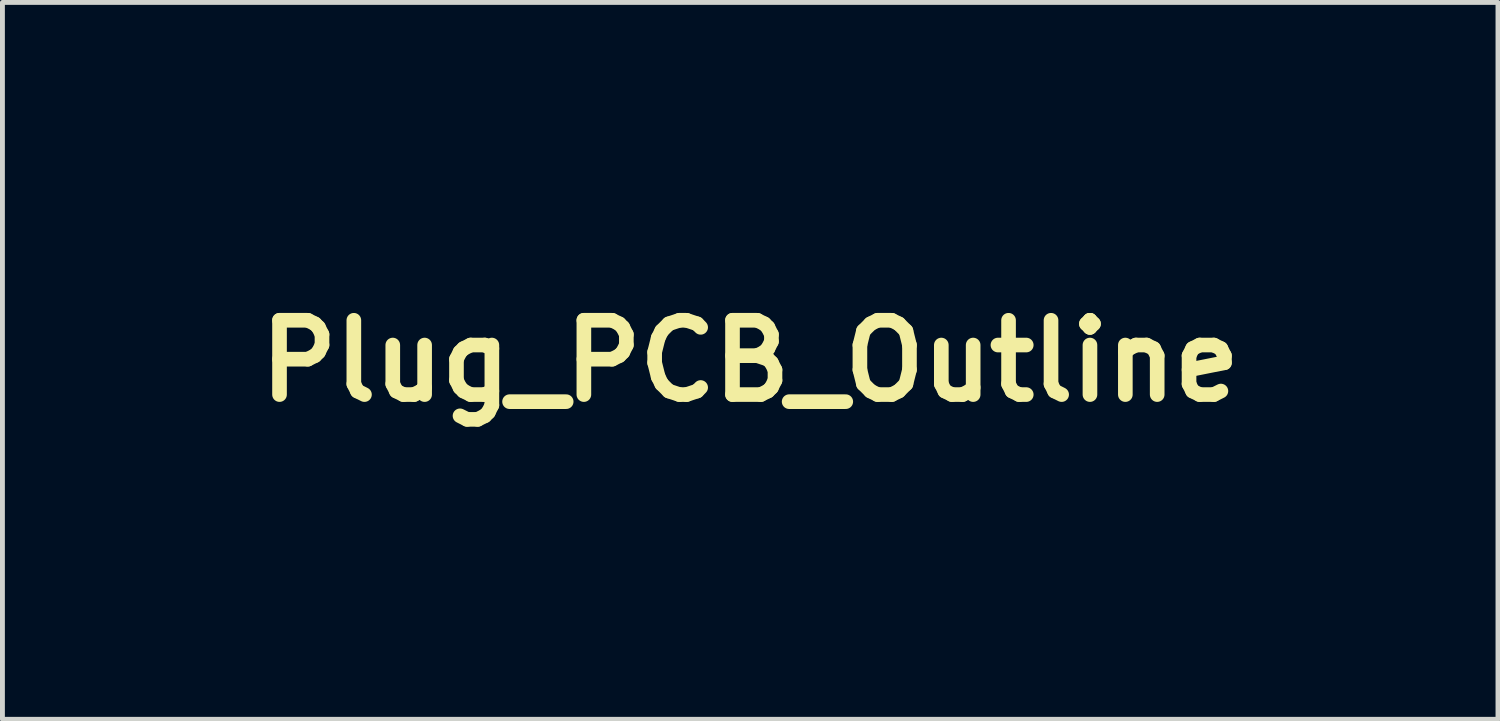
<source format=kicad_pcb>
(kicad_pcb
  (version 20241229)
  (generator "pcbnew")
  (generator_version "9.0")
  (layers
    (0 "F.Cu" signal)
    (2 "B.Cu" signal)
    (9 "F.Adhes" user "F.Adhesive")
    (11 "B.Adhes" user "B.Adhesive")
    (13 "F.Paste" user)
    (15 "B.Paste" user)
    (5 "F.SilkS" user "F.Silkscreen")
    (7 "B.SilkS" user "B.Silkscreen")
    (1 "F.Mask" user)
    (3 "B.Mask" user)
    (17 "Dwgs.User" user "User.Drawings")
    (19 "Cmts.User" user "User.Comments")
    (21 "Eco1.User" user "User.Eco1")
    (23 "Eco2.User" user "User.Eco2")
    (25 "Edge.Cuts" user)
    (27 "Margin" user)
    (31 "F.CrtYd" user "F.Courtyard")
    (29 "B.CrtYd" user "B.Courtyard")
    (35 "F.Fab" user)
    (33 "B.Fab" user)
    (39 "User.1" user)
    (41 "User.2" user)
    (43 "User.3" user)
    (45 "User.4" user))
  (footprint "Plug_PCB_Outline"
    (layer "F.Cu")
    (at 12.334 4.352)
    (property "Reference" "Plug_PCB_Outline" (at 0 0 0) (layer "F.SilkS") (effects (font (size 1.524 1.524) (thickness 0.3))))
    (attr through_hole)
    (fp_poly (pts (xy 9.528 -4.338) (xy 9.56 -4.327) (xy 9.612 -4.306) (xy 9.68 -4.275) (xy 9.758 -4.238) (xy 9.842 -4.197) (xy 9.929 -4.153) (xy 10.013 -4.109) (xy 10.091 -4.066) (xy 10.157 -4.029) (xy 10.168 -4.022) (xy 10.411 -3.863) (xy 10.642 -3.69) (xy 10.865 -3.498) (xy 11.058 -3.31) (xy 11.256 -3.098) (xy 11.431 -2.886) (xy 11.588 -2.669) (xy 11.73 -2.439) (xy 11.864 -2.192) (xy 11.902 -2.114) (xy 12.007 -1.885) (xy 12.093 -1.664) (xy 12.166 -1.442) (xy 12.227 -1.211) (xy 12.245 -1.132) (xy 12.266 -1.036) (xy 12.283 -0.952) (xy 12.297 -0.874) (xy 12.308 -0.8) (xy 12.316 -0.724) (xy 12.321 -0.642) (xy 12.325 -0.55) (xy 12.327 -0.444) (xy 12.329 -0.32) (xy 12.329 -0.172) (xy 12.329 -0.157) (xy 12.328 0.005) (xy 12.327 0.144) (xy 12.323 0.264) (xy 12.317 0.37) (xy 12.309 0.467) (xy 12.297 0.559) (xy 12.282 0.65) (xy 12.263 0.745) (xy 12.239 0.848) (xy 12.212 0.955) (xy 12.114 1.288) (xy 11.991 1.609) (xy 11.845 1.918) (xy 11.677 2.214) (xy 11.488 2.495) (xy 11.279 2.761) (xy 11.052 3.01) (xy 10.806 3.241) (xy 10.544 3.454) (xy 10.267 3.647) (xy 9.976 3.819) (xy 9.671 3.969) (xy 9.354 4.096) (xy 9.026 4.199) (xy 8.738 4.267) (xy 8.716 4.272) (xy 8.696 4.277) (xy 8.677 4.281) (xy 8.66 4.285) (xy 8.643 4.289) (xy 8.626 4.293) (xy 8.609 4.296) (xy 8.59 4.3) (xy 8.569 4.303) (xy 8.546 4.306) (xy 8.52 4.309) (xy 8.49 4.312) (xy 8.456 4.314) (xy 8.417 4.317) (xy 8.373 4.319) (xy 8.323 4.321) (xy 8.266 4.323) (xy 8.202 4.325) (xy 8.13 4.327) (xy 8.05 4.329) (xy 7.961 4.33) (xy 7.863 4.332) (xy 7.754 4.333) (xy 7.634 4.334) (xy 7.504 4.335) (xy 7.361 4.336) (xy 7.206 4.337) (xy 7.037 4.338) (xy 6.856 4.339) (xy 6.659 4.34) (xy 6.448 4.34) (xy 6.222 4.341) (xy 5.979 4.341) (xy 5.72 4.342) (xy 5.443 4.342) (xy 5.149 4.342) (xy 4.836 4.343) (xy 4.505 4.343) (xy 4.153 4.343) (xy 3.782 4.343) (xy 3.39 4.343) (xy 2.976 4.343) (xy 2.541 4.343) (xy 2.082 4.343) (xy 1.601 4.343) (xy 1.096 4.343) (xy 0.567 4.343) (xy 0.013 4.343) (xy -0.567 4.343) (xy -1.173 4.343) (xy -1.806 4.343) (xy -12.329 4.343) (xy -12.329 2.295) (xy 6.272 2.295) (xy 6.294 2.417) (xy 6.34 2.526) (xy 6.405 2.62) (xy 6.487 2.699) (xy 6.582 2.759) (xy 6.689 2.799) (xy 6.804 2.817) (xy 6.925 2.81) (xy 7.015 2.79) (xy 7.126 2.742) (xy 7.221 2.671) (xy 7.3 2.579) (xy 7.34 2.512) (xy 7.385 2.398) (xy 7.404 2.283) (xy 7.403 2.245) (xy 8.274 2.245) (xy 8.287 2.373) (xy 8.324 2.489) (xy 8.384 2.592) (xy 8.465 2.679) (xy 8.567 2.748) (xy 8.67 2.792) (xy 8.77 2.813) (xy 8.879 2.814) (xy 8.988 2.797) (xy 9.077 2.765) (xy 9.183 2.702) (xy 9.27 2.62) (xy 9.338 2.524) (xy 9.385 2.417) (xy 9.407 2.301) (xy 9.405 2.182) (xy 9.401 2.159) (xy 9.367 2.035) (xy 9.311 1.927) (xy 9.234 1.836) (xy 9.14 1.765) (xy 9.028 1.714) (xy 8.964 1.696) (xy 8.844 1.682) (xy 8.728 1.693) (xy 8.618 1.727) (xy 8.519 1.781) (xy 8.433 1.854) (xy 8.363 1.942) (xy 8.311 2.043) (xy 8.281 2.156) (xy 8.274 2.245) (xy 7.403 2.245) (xy 7.4 2.169) (xy 7.373 2.06) (xy 7.325 1.959) (xy 7.258 1.868) (xy 7.174 1.792) (xy 7.073 1.733) (xy 6.959 1.695) (xy 6.925 1.688) (xy 6.805 1.681) (xy 6.691 1.699) (xy 6.585 1.74) (xy 6.49 1.8) (xy 6.408 1.877) (xy 6.343 1.969) (xy 6.297 2.073) (xy 6.273 2.187) (xy 6.272 2.295) (xy -12.329 2.295) (xy -12.329 1.697) (xy -8.361 1.697) (xy -8.349 1.777) (xy -8.315 1.846) (xy -8.264 1.898) (xy -8.219 1.923) (xy -8.155 1.936) (xy -8.083 1.934) (xy -8.016 1.917) (xy -7.997 1.908) (xy -7.937 1.861) (xy -7.9 1.801) (xy -7.885 1.73) (xy -5.604 1.73) (xy -5.584 1.802) (xy -5.545 1.864) (xy -5.491 1.908) (xy -5.434 1.929) (xy -5.367 1.936) (xy -5.3 1.931) (xy -5.243 1.912) (xy -5.227 1.902) (xy -5.174 1.853) (xy -5.143 1.796) (xy -5.13 1.724) (xy -5.13 1.721) (xy -5.131 1.693) (xy -2.845 1.693) (xy -2.838 1.769) (xy -2.815 1.829) (xy -2.774 1.879) (xy -2.714 1.917) (xy -2.642 1.936) (xy -2.566 1.935) (xy -2.494 1.913) (xy -2.482 1.907) (xy -2.424 1.86) (xy -2.386 1.799) (xy -2.368 1.731) (xy -2.369 1.669) (xy -0.095 1.669) (xy -0.09 1.744) (xy -0.064 1.816) (xy -0.019 1.878) (xy 0.038 1.917) (xy 0.112 1.934) (xy 0.161 1.934) (xy 0.23 1.926) (xy 0.277 1.907) (xy 0.285 1.902) (xy 0.341 1.849) (xy 0.373 1.787) (xy 0.385 1.711) (xy 0.385 1.697) (xy 0.374 1.613) (xy 0.342 1.546) (xy 0.29 1.497) (xy 0.22 1.468) (xy 0.169 1.46) (xy 0.087 1.466) (xy 0.017 1.494) (xy -0.038 1.54) (xy -0.076 1.6) (xy -0.095 1.669) (xy -2.369 1.669) (xy -2.369 1.66) (xy -2.39 1.592) (xy -2.43 1.532) (xy -2.488 1.487) (xy -2.534 1.467) (xy -2.579 1.459) (xy -2.629 1.46) (xy -2.71 1.477) (xy -2.774 1.515) (xy -2.818 1.571) (xy -2.842 1.645) (xy -2.845 1.693) (xy -5.131 1.693) (xy -5.134 1.634) (xy -5.16 1.563) (xy -5.206 1.509) (xy -5.272 1.475) (xy -5.352 1.46) (xy -5.434 1.466) (xy -5.501 1.493) (xy -5.553 1.543) (xy -5.576 1.579) (xy -5.601 1.654) (xy -5.604 1.73) (xy -7.885 1.73) (xy -7.884 1.725) (xy -7.883 1.697) (xy -7.893 1.615) (xy -7.923 1.55) (xy -7.975 1.502) (xy -8.004 1.485) (xy -8.084 1.46) (xy -8.16 1.458) (xy -8.23 1.479) (xy -8.288 1.519) (xy -8.332 1.577) (xy -8.356 1.649) (xy -8.361 1.697) (xy -12.329 1.697) (xy -12.329 -0.701) (xy -9.827 -0.701) (xy -9.827 1.196) (xy 1.856 1.196) (xy 1.856 0.217) (xy 4.769 0.217) (xy 4.775 0.334) (xy 4.803 0.447) (xy 4.852 0.55) (xy 4.854 0.552) (xy 4.931 0.649) (xy 5.023 0.724) (xy 5.129 0.775) (xy 5.249 0.802) (xy 5.354 0.807) (xy 5.421 0.803) (xy 5.472 0.796) (xy 5.518 0.782) (xy 5.569 0.76) (xy 5.68 0.695) (xy 5.768 0.614) (xy 5.834 0.519) (xy 5.876 0.409) (xy 5.894 0.285) (xy 5.894 0.215) (xy 6.476 0.215) (xy 6.481 0.344) (xy 6.509 0.458) (xy 6.56 0.559) (xy 6.635 0.648) (xy 6.645 0.658) (xy 6.738 0.73) (xy 6.837 0.777) (xy 6.946 0.802) (xy 7.058 0.807) (xy 7.125 0.803) (xy 7.176 0.796) (xy 7.222 0.782) (xy 7.273 0.76) (xy 7.383 0.695) (xy 7.471 0.614) (xy 7.537 0.518) (xy 7.579 0.408) (xy 7.597 0.291) (xy 7.776 0.291) (xy 7.795 0.402) (xy 7.837 0.508) (xy 7.901 0.605) (xy 7.925 0.632) (xy 8.009 0.709) (xy 8.099 0.763) (xy 8.197 0.795) (xy 8.31 0.807) (xy 8.364 0.807) (xy 8.431 0.803) (xy 8.482 0.796) (xy 8.528 0.782) (xy 8.579 0.76) (xy 8.683 0.7) (xy 8.766 0.624) (xy 8.831 0.529) (xy 8.846 0.501) (xy 8.874 0.441) (xy 8.89 0.389) (xy 8.899 0.331) (xy 8.903 0.286) (xy 8.903 0.274) (xy 9.777 0.274) (xy 9.795 0.389) (xy 9.836 0.498) (xy 9.897 0.597) (xy 9.976 0.68) (xy 10.071 0.744) (xy 10.083 0.75) (xy 10.143 0.778) (xy 10.196 0.795) (xy 10.25 0.804) (xy 10.315 0.807) (xy 10.37 0.806) (xy 10.437 0.803) (xy 10.487 0.796) (xy 10.532 0.783) (xy 10.584 0.761) (xy 10.587 0.76) (xy 10.693 0.696) (xy 10.78 0.613) (xy 10.846 0.515) (xy 10.89 0.404) (xy 10.91 0.282) (xy 10.909 0.195) (xy 10.887 0.077) (xy 10.842 -0.03) (xy 10.777 -0.124) (xy 10.695 -0.203) (xy 10.598 -0.264) (xy 10.491 -0.305) (xy 10.376 -0.322) (xy 10.263 -0.316) (xy 10.14 -0.284) (xy 10.032 -0.23) (xy 9.939 -0.155) (xy 9.865 -0.062) (xy 9.812 0.048) (xy 9.783 0.157) (xy 9.777 0.274) (xy 8.903 0.274) (xy 8.9 0.158) (xy 8.873 0.044) (xy 8.823 -0.059) (xy 8.747 -0.152) (xy 8.727 -0.171) (xy 8.629 -0.245) (xy 8.52 -0.294) (xy 8.405 -0.319) (xy 8.284 -0.319) (xy 8.163 -0.293) (xy 8.088 -0.263) (xy 7.988 -0.202) (xy 7.907 -0.124) (xy 7.844 -0.032) (xy 7.801 0.071) (xy 7.778 0.179) (xy 7.776 0.291) (xy 7.597 0.291) (xy 7.598 0.283) (xy 7.598 0.206) (xy 7.593 0.138) (xy 7.584 0.087) (xy 7.568 0.039) (xy 7.548 -0.005) (xy 7.482 -0.109) (xy 7.396 -0.195) (xy 7.294 -0.261) (xy 7.179 -0.305) (xy 7.123 -0.317) (xy 7.005 -0.322) (xy 6.889 -0.303) (xy 6.78 -0.261) (xy 6.681 -0.198) (xy 6.598 -0.117) (xy 6.533 -0.02) (xy 6.525 -0.003) (xy 6.502 0.05) (xy 6.488 0.098) (xy 6.48 0.152) (xy 6.476 0.215) (xy 5.894 0.215) (xy 5.889 0.146) (xy 5.881 0.093) (xy 5.866 0.045) (xy 5.845 -0.003) (xy 5.784 -0.103) (xy 5.703 -0.186) (xy 5.607 -0.252) (xy 5.5 -0.298) (xy 5.386 -0.321) (xy 5.27 -0.32) (xy 5.246 -0.316) (xy 5.124 -0.282) (xy 5.015 -0.225) (xy 4.922 -0.147) (xy 4.847 -0.05) (xy 4.822 -0.005) (xy 4.785 0.101) (xy 4.769 0.217) (xy 1.856 0.217) (xy 1.856 -0.701) (xy -9.827 -0.701) (xy -12.329 -0.701) (xy -12.329 -1.207) (xy -6.982 -1.207) (xy -6.97 -1.126) (xy -6.936 -1.058) (xy -6.884 -1.006) (xy -6.818 -0.975) (xy -6.74 -0.966) (xy -6.724 -0.967) (xy -6.672 -0.977) (xy -6.622 -0.994) (xy -6.605 -1.003) (xy -6.554 -1.049) (xy -6.52 -1.111) (xy -6.504 -1.183) (xy -6.505 -1.196) (xy -4.23 -1.196) (xy -4.226 -1.167) (xy -4.201 -1.097) (xy -4.156 -1.036) (xy -4.095 -0.991) (xy -4.024 -0.966) (xy -3.986 -0.962) (xy -3.943 -0.969) (xy -3.894 -0.985) (xy -3.876 -0.993) (xy -3.814 -1.037) (xy -3.772 -1.094) (xy -3.749 -1.159) (xy -3.744 -1.228) (xy -3.745 -1.232) (xy -1.468 -1.232) (xy -1.463 -1.147) (xy -1.435 -1.075) (xy -1.387 -1.018) (xy -1.319 -0.979) (xy -1.307 -0.974) (xy -1.253 -0.967) (xy -1.189 -0.972) (xy -1.128 -0.987) (xy -1.093 -1.003) (xy -1.042 -1.05) (xy -1.008 -1.114) (xy -0.992 -1.19) (xy -0.993 -1.232) (xy -1.011 -1.308) (xy -1.048 -1.369) (xy -1.1 -1.414) (xy -1.162 -1.441) (xy -1.23 -1.45) (xy -1.3 -1.44) (xy -1.366 -1.408) (xy -1.425 -1.355) (xy -1.434 -1.343) (xy -1.454 -1.302) (xy -1.466 -1.245) (xy -1.468 -1.232) (xy -3.745 -1.232) (xy -3.758 -1.294) (xy -3.789 -1.354) (xy -3.838 -1.403) (xy -3.903 -1.435) (xy -3.923 -1.44) (xy -4.006 -1.446) (xy -4.08 -1.429) (xy -4.144 -1.392) (xy -4.192 -1.339) (xy -4.222 -1.273) (xy -4.23 -1.196) (xy -6.505 -1.196) (xy -6.507 -1.256) (xy -6.529 -1.324) (xy -6.548 -1.353) (xy -6.604 -1.408) (xy -6.671 -1.439) (xy -6.742 -1.447) (xy -6.825 -1.435) (xy -6.893 -1.402) (xy -6.943 -1.348) (xy -6.974 -1.278) (xy -6.982 -1.207) (xy -12.329 -1.207) (xy -12.329 -1.736) (xy 5.267 -1.736) (xy 5.284 -1.624) (xy 5.321 -1.517) (xy 5.376 -1.419) (xy 5.448 -1.337) (xy 5.523 -1.282) (xy 5.604 -1.239) (xy 5.678 -1.213) (xy 5.757 -1.201) (xy 5.85 -1.199) (xy 5.855 -1.199) (xy 5.923 -1.203) (xy 5.974 -1.209) (xy 6.018 -1.221) (xy 6.065 -1.241) (xy 6.078 -1.247) (xy 6.181 -1.309) (xy 6.265 -1.387) (xy 6.328 -1.477) (xy 6.373 -1.576) (xy 6.397 -1.681) (xy 6.401 -1.768) (xy 7.274 -1.768) (xy 7.281 -1.659) (xy 7.308 -1.554) (xy 7.354 -1.456) (xy 7.42 -1.369) (xy 7.505 -1.297) (xy 7.531 -1.281) (xy 7.611 -1.239) (xy 7.685 -1.213) (xy 7.763 -1.201) (xy 7.856 -1.199) (xy 7.863 -1.199) (xy 7.929 -1.202) (xy 7.978 -1.208) (xy 8.019 -1.219) (xy 8.063 -1.237) (xy 8.09 -1.25) (xy 8.191 -1.314) (xy 8.274 -1.393) (xy 8.336 -1.485) (xy 8.378 -1.585) (xy 8.401 -1.691) (xy 8.403 -1.732) (xy 9.279 -1.732) (xy 9.293 -1.623) (xy 9.327 -1.519) (xy 9.383 -1.423) (xy 9.459 -1.337) (xy 9.532 -1.281) (xy 9.615 -1.237) (xy 9.702 -1.211) (xy 9.803 -1.2) (xy 9.87 -1.2) (xy 9.936 -1.203) (xy 9.985 -1.208) (xy 10.026 -1.219) (xy 10.069 -1.237) (xy 10.093 -1.248) (xy 10.197 -1.314) (xy 10.281 -1.397) (xy 10.346 -1.494) (xy 10.388 -1.601) (xy 10.408 -1.716) (xy 10.405 -1.835) (xy 10.376 -1.954) (xy 10.351 -2.014) (xy 10.29 -2.114) (xy 10.206 -2.198) (xy 10.101 -2.266) (xy 10.091 -2.271) (xy 10.05 -2.29) (xy 10.016 -2.303) (xy 9.982 -2.311) (xy 9.94 -2.315) (xy 9.882 -2.316) (xy 9.841 -2.316) (xy 9.77 -2.315) (xy 9.718 -2.312) (xy 9.679 -2.306) (xy 9.645 -2.296) (xy 9.608 -2.281) (xy 9.606 -2.279) (xy 9.503 -2.218) (xy 9.42 -2.14) (xy 9.355 -2.049) (xy 9.31 -1.948) (xy 9.284 -1.841) (xy 9.279 -1.732) (xy 8.403 -1.732) (xy 8.405 -1.798) (xy 8.388 -1.905) (xy 8.352 -2.007) (xy 8.296 -2.1) (xy 8.221 -2.183) (xy 8.126 -2.251) (xy 8.086 -2.271) (xy 8.032 -2.294) (xy 7.984 -2.308) (xy 7.931 -2.316) (xy 7.867 -2.32) (xy 7.761 -2.319) (xy 7.671 -2.303) (xy 7.588 -2.271) (xy 7.529 -2.238) (xy 7.439 -2.166) (xy 7.369 -2.08) (xy 7.318 -1.982) (xy 7.286 -1.877) (xy 7.274 -1.768) (xy 6.401 -1.768) (xy 6.402 -1.789) (xy 6.386 -1.895) (xy 6.352 -1.998) (xy 6.297 -2.092) (xy 6.222 -2.176) (xy 6.127 -2.245) (xy 6.092 -2.264) (xy 6.045 -2.287) (xy 6.008 -2.302) (xy 5.973 -2.31) (xy 5.932 -2.315) (xy 5.876 -2.316) (xy 5.835 -2.316) (xy 5.767 -2.316) (xy 5.718 -2.313) (xy 5.681 -2.307) (xy 5.646 -2.296) (xy 5.606 -2.278) (xy 5.577 -2.264) (xy 5.472 -2.198) (xy 5.388 -2.115) (xy 5.325 -2.015) (xy 5.284 -1.897) (xy 5.274 -1.848) (xy 5.267 -1.736) (xy -12.329 -1.736) (xy -12.329 -2.57) (xy 4.024 -2.57) (xy 4.062 -2.629) (xy 4.253 -2.898) (xy 4.467 -3.155) (xy 4.702 -3.397) (xy 4.954 -3.623) (xy 5.222 -3.83) (xy 5.503 -4.016) (xy 5.793 -4.179) (xy 5.966 -4.262) (xy 6.032 -4.291) (xy 6.092 -4.316) (xy 6.138 -4.334) (xy 6.167 -4.343) (xy 6.172 -4.343) (xy 6.182 -4.342) (xy 6.189 -4.335) (xy 6.194 -4.319) (xy 6.197 -4.29) (xy 6.198 -4.244) (xy 6.199 -4.177) (xy 6.199 -4.117) (xy 6.199 -3.89) (xy 9.484 -3.89) (xy 9.484 -4.347) (xy 9.528 -4.338)) (stroke (width 0.01) (type solid)) (fill no) (layer "Eco1.User")))
  (gr_rect
    (start -3 -3)
    (end 27.668 11.7)
    (stroke (width 0.1) (type default))
    (fill no)
    (layer "Edge.Cuts")))
</source>
